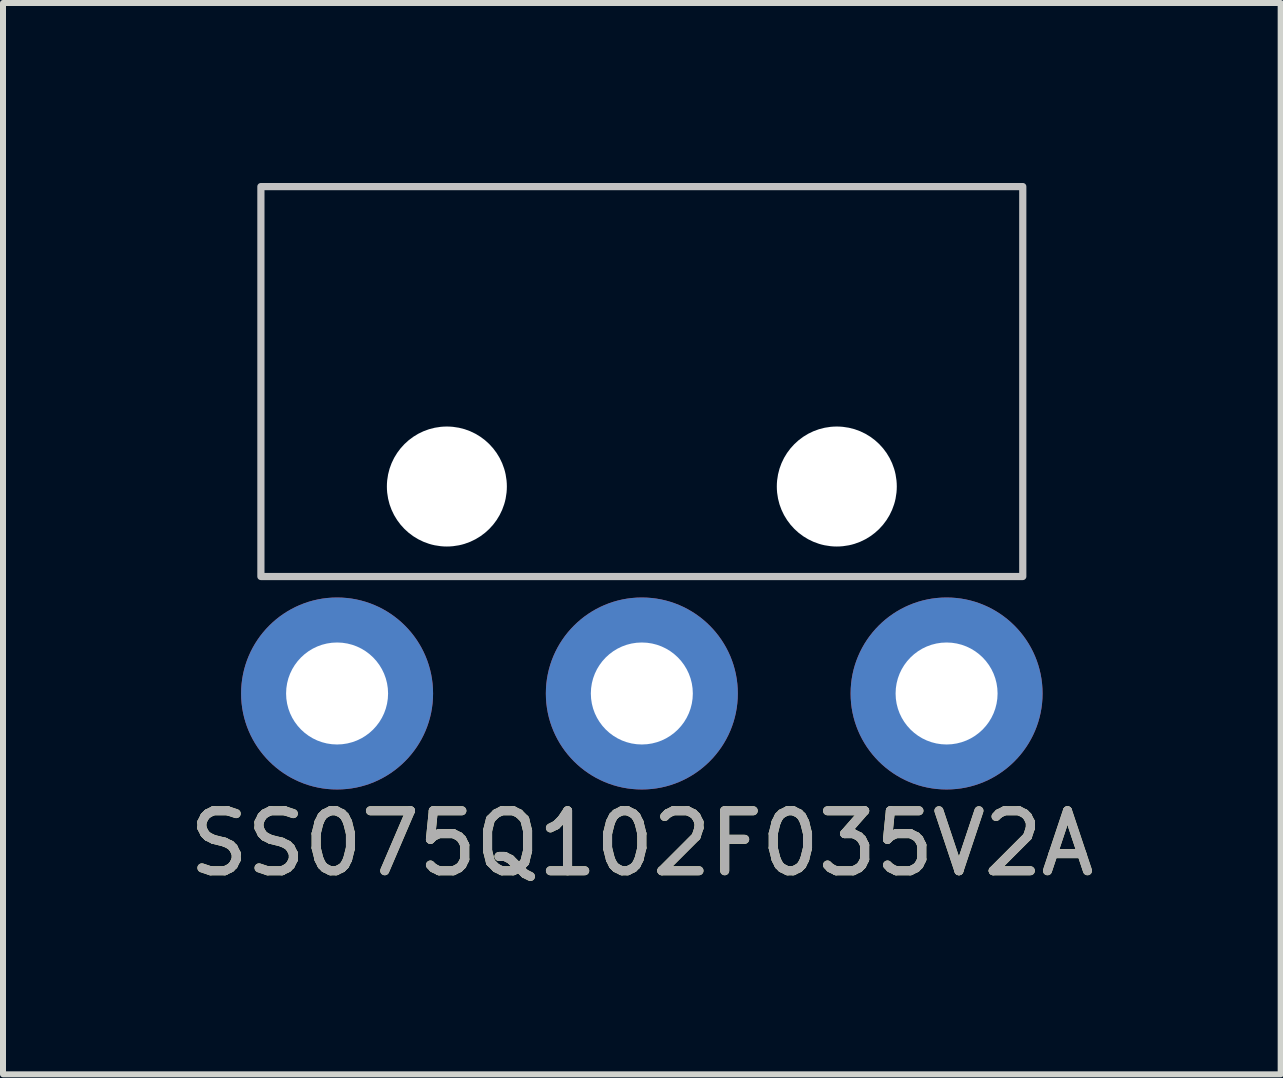
<source format=kicad_pcb>
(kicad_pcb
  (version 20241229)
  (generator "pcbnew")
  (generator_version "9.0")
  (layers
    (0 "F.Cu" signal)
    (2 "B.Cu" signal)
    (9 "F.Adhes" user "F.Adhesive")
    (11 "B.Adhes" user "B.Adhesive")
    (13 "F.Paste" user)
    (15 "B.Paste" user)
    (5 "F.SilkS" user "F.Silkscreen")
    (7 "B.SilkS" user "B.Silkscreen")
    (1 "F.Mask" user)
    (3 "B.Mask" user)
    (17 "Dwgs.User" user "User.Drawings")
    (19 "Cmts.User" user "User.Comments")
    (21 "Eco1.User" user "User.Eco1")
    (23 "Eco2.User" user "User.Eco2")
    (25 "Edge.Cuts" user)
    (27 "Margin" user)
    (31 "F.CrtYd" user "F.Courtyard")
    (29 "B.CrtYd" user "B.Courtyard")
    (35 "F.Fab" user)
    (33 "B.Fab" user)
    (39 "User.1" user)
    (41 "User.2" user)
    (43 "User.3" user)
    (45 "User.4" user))
  (footprint "SS075Q102F035V2A"
    (layer "F.Cu")
    (at 7.649 8.51)
    (property "Reference" "SS075Q102F035V2A" (at 0 2.5 0) (unlocked yes) (layer "F.SilkS") (effects (font (size 1 1) (thickness 0.15))))
    (attr through_hole)
    (fp_rect (start -6.35 -8.45) (end 6.35 -1.95) (stroke (width 0.12) (type solid)) (fill no) (layer "Dwgs.User"))
    (fp_text user "${REFERENCE}" (at 0 2.5 0) (unlocked yes) (layer "F.Fab") (effects (font (size 1 1) (thickness 0.15))))
    (pad "" np_thru_hole circle (at -3.25 -3.45) (size 2 2) (drill 2) (layers "*.Cu" "*.Mask"))
    (pad "" np_thru_hole circle (at 3.25 -3.45) (size 2 2) (drill 2) (layers "*.Cu" "*.Mask"))
    (pad "1" thru_hole circle (at 5.08 0) (size 3.2 3.2) (drill 1.7) (layers "*.Cu" "*.Mask"))
    (pad "2" thru_hole circle (at -5.08 0) (size 3.2 3.2) (drill 1.7) (layers "*.Cu" "*.Mask"))
    (pad "3" thru_hole circle (at 0 0) (size 3.2 3.2) (drill 1.7) (layers "*.Cu" "*.Mask")))
  (gr_rect
    (start -3 -3)
    (end 18.298 14.858)
    (stroke (width 0.1) (type default))
    (fill no)
    (layer "Edge.Cuts")))
</source>
